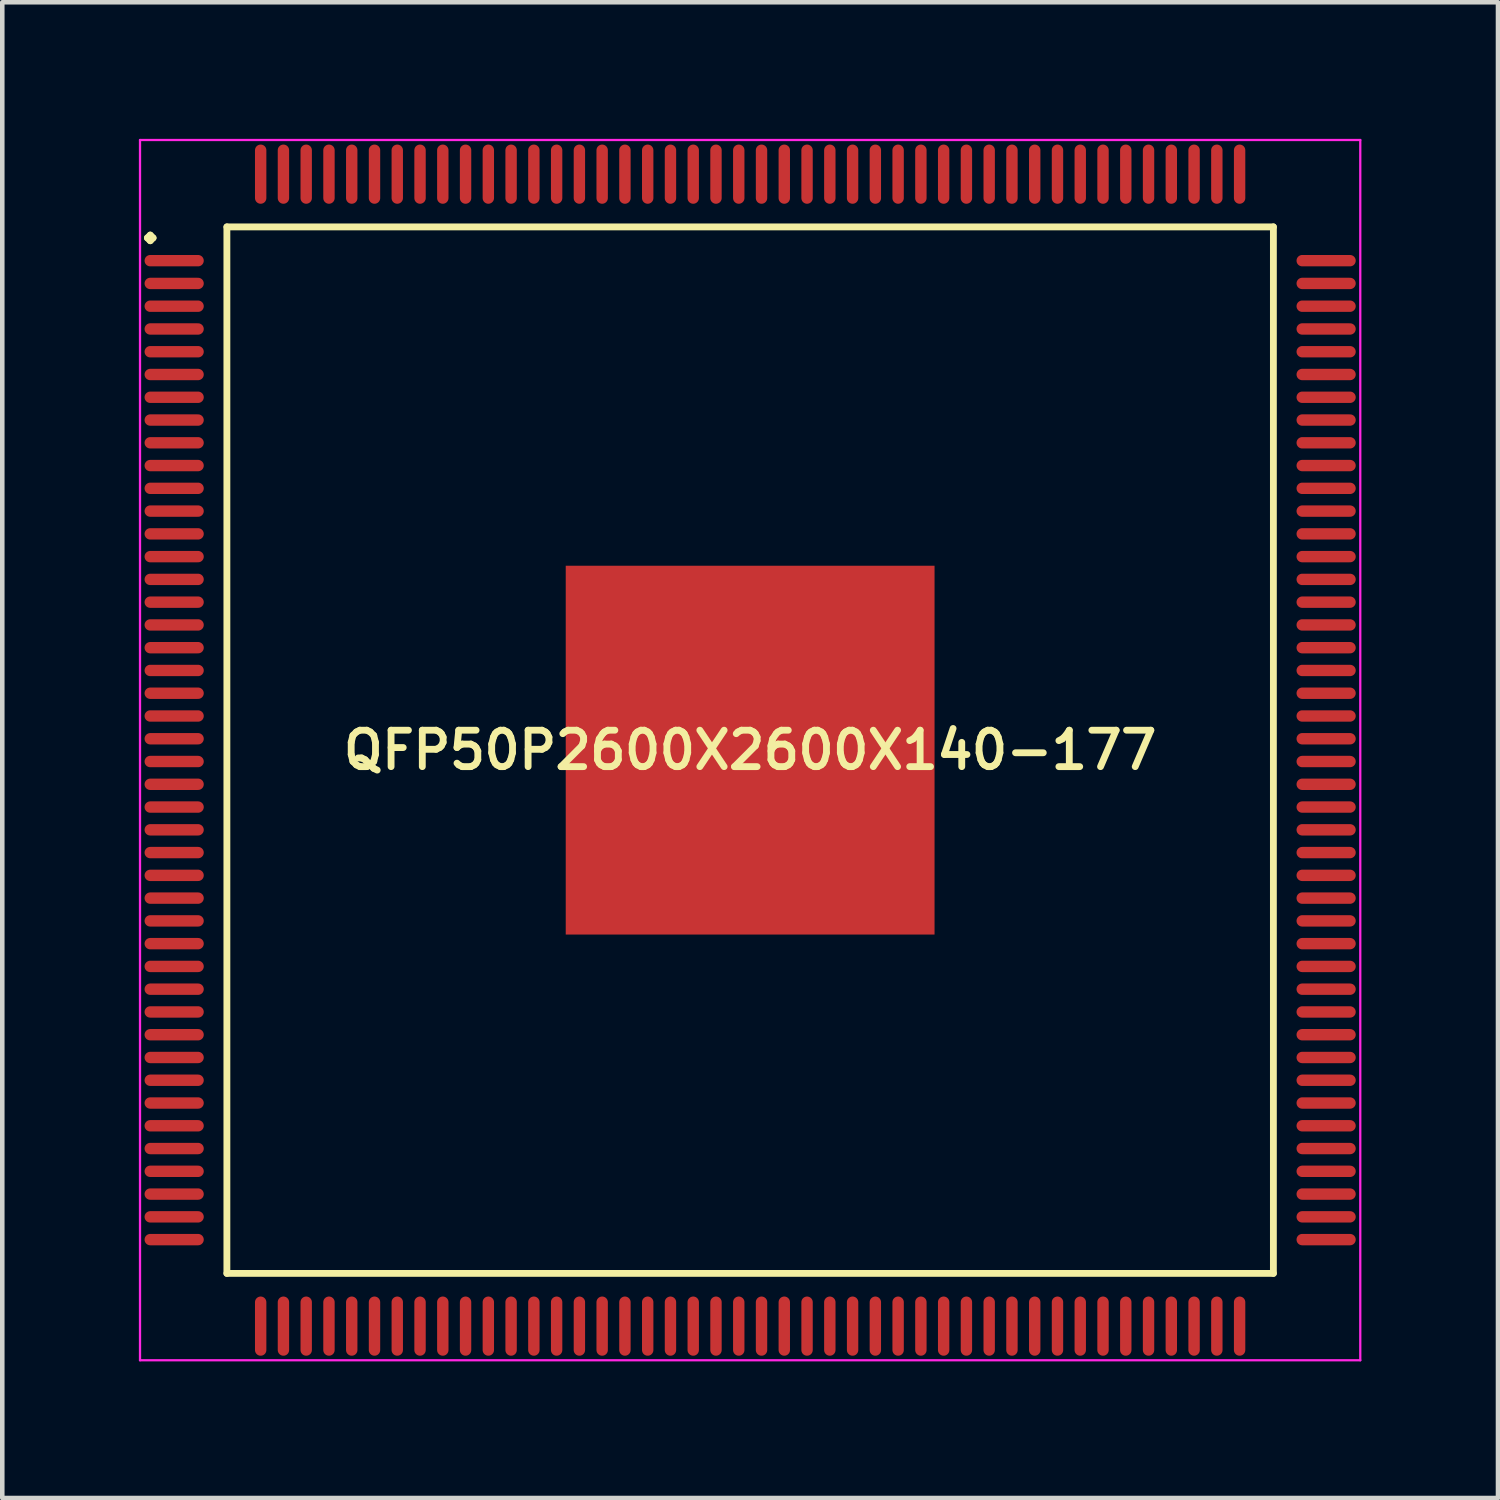
<source format=kicad_pcb>
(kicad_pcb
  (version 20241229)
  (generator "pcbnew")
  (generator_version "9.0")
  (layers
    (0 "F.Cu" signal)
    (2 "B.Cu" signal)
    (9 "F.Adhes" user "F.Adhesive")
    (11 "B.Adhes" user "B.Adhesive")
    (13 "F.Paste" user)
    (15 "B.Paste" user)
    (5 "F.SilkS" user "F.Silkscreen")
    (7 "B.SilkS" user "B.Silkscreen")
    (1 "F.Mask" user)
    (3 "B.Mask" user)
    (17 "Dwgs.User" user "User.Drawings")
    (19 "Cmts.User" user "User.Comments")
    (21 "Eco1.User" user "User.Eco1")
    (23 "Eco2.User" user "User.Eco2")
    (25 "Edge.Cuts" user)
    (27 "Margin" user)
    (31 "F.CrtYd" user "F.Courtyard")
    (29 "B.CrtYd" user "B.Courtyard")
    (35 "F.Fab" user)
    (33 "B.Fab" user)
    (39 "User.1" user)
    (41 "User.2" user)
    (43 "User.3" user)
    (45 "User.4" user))
  (footprint "QFP50P2600X2600X140-177"
    (layer "F.Cu")
    (at 13.425 13.425)
    (property "Reference" "QFP50P2600X2600X140-177" (at 0 0 0) (layer "F.SilkS") (effects (font (size 0.8 0.8) (thickness 0.15))))
    (attr smd)
    (fp_line (start -13.238 -11.25) (end -13.175 -11.312) (stroke (width 0.15) (type solid)) (layer "F.SilkS"))
    (fp_line (start -13.175 -11.312) (end -13.113 -11.25) (stroke (width 0.15) (type solid)) (layer "F.SilkS"))
    (fp_line (start -13.175 -11.188) (end -13.238 -11.25) (stroke (width 0.15) (type solid)) (layer "F.SilkS"))
    (fp_line (start -13.113 -11.25) (end -13.175 -11.188) (stroke (width 0.15) (type solid)) (layer "F.SilkS"))
    (fp_line (start -11.492 -11.492) (end -11.492 11.492) (stroke (width 0.15) (type solid)) (layer "F.SilkS"))
    (fp_line (start -11.492 11.492) (end 11.492 11.492) (stroke (width 0.15) (type solid)) (layer "F.SilkS"))
    (fp_line (start 11.492 -11.492) (end -11.492 -11.492) (stroke (width 0.15) (type solid)) (layer "F.SilkS"))
    (fp_line (start 11.492 11.492) (end 11.492 -11.492) (stroke (width 0.15) (type solid)) (layer "F.SilkS"))
    (fp_line (start -13.4 -13.4) (end 13.4 -13.4) (stroke (width 0.05) (type solid)) (layer "F.CrtYd"))
    (fp_line (start -13.4 13.4) (end -13.4 -13.4) (stroke (width 0.05) (type solid)) (layer "F.CrtYd"))
    (fp_line (start 13.4 -13.4) (end 13.4 13.4) (stroke (width 0.05) (type solid)) (layer "F.CrtYd"))
    (fp_line (start 13.4 13.4) (end -13.4 13.4) (stroke (width 0.05) (type solid)) (layer "F.CrtYd"))
    (pad "1" smd oval (at -12.65 -10.75) (size 1.3 0.25) (layers "F.Cu" "F.Mask" "F.Paste"))
    (pad "2" smd oval (at -12.65 -10.25) (size 1.3 0.25) (layers "F.Cu" "F.Mask" "F.Paste"))
    (pad "3" smd oval (at -12.65 -9.75) (size 1.3 0.25) (layers "F.Cu" "F.Mask" "F.Paste"))
    (pad "4" smd oval (at -12.65 -9.25) (size 1.3 0.25) (layers "F.Cu" "F.Mask" "F.Paste"))
    (pad "5" smd oval (at -12.65 -8.75) (size 1.3 0.25) (layers "F.Cu" "F.Mask" "F.Paste"))
    (pad "6" smd oval (at -12.65 -8.25) (size 1.3 0.25) (layers "F.Cu" "F.Mask" "F.Paste"))
    (pad "7" smd oval (at -12.65 -7.75) (size 1.3 0.25) (layers "F.Cu" "F.Mask" "F.Paste"))
    (pad "8" smd oval (at -12.65 -7.25) (size 1.3 0.25) (layers "F.Cu" "F.Mask" "F.Paste"))
    (pad "9" smd oval (at -12.65 -6.75) (size 1.3 0.25) (layers "F.Cu" "F.Mask" "F.Paste"))
    (pad "10" smd oval (at -12.65 -6.25) (size 1.3 0.25) (layers "F.Cu" "F.Mask" "F.Paste"))
    (pad "11" smd oval (at -12.65 -5.75) (size 1.3 0.25) (layers "F.Cu" "F.Mask" "F.Paste"))
    (pad "12" smd oval (at -12.65 -5.25) (size 1.3 0.25) (layers "F.Cu" "F.Mask" "F.Paste"))
    (pad "13" smd oval (at -12.65 -4.75) (size 1.3 0.25) (layers "F.Cu" "F.Mask" "F.Paste"))
    (pad "14" smd oval (at -12.65 -4.25) (size 1.3 0.25) (layers "F.Cu" "F.Mask" "F.Paste"))
    (pad "15" smd oval (at -12.65 -3.75) (size 1.3 0.25) (layers "F.Cu" "F.Mask" "F.Paste"))
    (pad "16" smd oval (at -12.65 -3.25) (size 1.3 0.25) (layers "F.Cu" "F.Mask" "F.Paste"))
    (pad "17" smd oval (at -12.65 -2.75) (size 1.3 0.25) (layers "F.Cu" "F.Mask" "F.Paste"))
    (pad "18" smd oval (at -12.65 -2.25) (size 1.3 0.25) (layers "F.Cu" "F.Mask" "F.Paste"))
    (pad "19" smd oval (at -12.65 -1.75) (size 1.3 0.25) (layers "F.Cu" "F.Mask" "F.Paste"))
    (pad "20" smd oval (at -12.65 -1.25) (size 1.3 0.25) (layers "F.Cu" "F.Mask" "F.Paste"))
    (pad "21" smd oval (at -12.65 -0.75) (size 1.3 0.25) (layers "F.Cu" "F.Mask" "F.Paste"))
    (pad "22" smd oval (at -12.65 -0.25) (size 1.3 0.25) (layers "F.Cu" "F.Mask" "F.Paste"))
    (pad "23" smd oval (at -12.65 0.25) (size 1.3 0.25) (layers "F.Cu" "F.Mask" "F.Paste"))
    (pad "24" smd oval (at -12.65 0.75) (size 1.3 0.25) (layers "F.Cu" "F.Mask" "F.Paste"))
    (pad "25" smd oval (at -12.65 1.25) (size 1.3 0.25) (layers "F.Cu" "F.Mask" "F.Paste"))
    (pad "26" smd oval (at -12.65 1.75) (size 1.3 0.25) (layers "F.Cu" "F.Mask" "F.Paste"))
    (pad "27" smd oval (at -12.65 2.25) (size 1.3 0.25) (layers "F.Cu" "F.Mask" "F.Paste"))
    (pad "28" smd oval (at -12.65 2.75) (size 1.3 0.25) (layers "F.Cu" "F.Mask" "F.Paste"))
    (pad "29" smd oval (at -12.65 3.25) (size 1.3 0.25) (layers "F.Cu" "F.Mask" "F.Paste"))
    (pad "30" smd oval (at -12.65 3.75) (size 1.3 0.25) (layers "F.Cu" "F.Mask" "F.Paste"))
    (pad "31" smd oval (at -12.65 4.25) (size 1.3 0.25) (layers "F.Cu" "F.Mask" "F.Paste"))
    (pad "32" smd oval (at -12.65 4.75) (size 1.3 0.25) (layers "F.Cu" "F.Mask" "F.Paste"))
    (pad "33" smd oval (at -12.65 5.25) (size 1.3 0.25) (layers "F.Cu" "F.Mask" "F.Paste"))
    (pad "34" smd oval (at -12.65 5.75) (size 1.3 0.25) (layers "F.Cu" "F.Mask" "F.Paste"))
    (pad "35" smd oval (at -12.65 6.25) (size 1.3 0.25) (layers "F.Cu" "F.Mask" "F.Paste"))
    (pad "36" smd oval (at -12.65 6.75) (size 1.3 0.25) (layers "F.Cu" "F.Mask" "F.Paste"))
    (pad "37" smd oval (at -12.65 7.25) (size 1.3 0.25) (layers "F.Cu" "F.Mask" "F.Paste"))
    (pad "38" smd oval (at -12.65 7.75) (size 1.3 0.25) (layers "F.Cu" "F.Mask" "F.Paste"))
    (pad "39" smd oval (at -12.65 8.25) (size 1.3 0.25) (layers "F.Cu" "F.Mask" "F.Paste"))
    (pad "40" smd oval (at -12.65 8.75) (size 1.3 0.25) (layers "F.Cu" "F.Mask" "F.Paste"))
    (pad "41" smd oval (at -12.65 9.25) (size 1.3 0.25) (layers "F.Cu" "F.Mask" "F.Paste"))
    (pad "42" smd oval (at -12.65 9.75) (size 1.3 0.25) (layers "F.Cu" "F.Mask" "F.Paste"))
    (pad "43" smd oval (at -12.65 10.25) (size 1.3 0.25) (layers "F.Cu" "F.Mask" "F.Paste"))
    (pad "44" smd oval (at -12.65 10.75) (size 1.3 0.25) (layers "F.Cu" "F.Mask" "F.Paste"))
    (pad "45" smd oval (at -10.75 12.65) (size 0.25 1.3) (layers "F.Cu" "F.Mask" "F.Paste"))
    (pad "46" smd oval (at -10.25 12.65) (size 0.25 1.3) (layers "F.Cu" "F.Mask" "F.Paste"))
    (pad "47" smd oval (at -9.75 12.65) (size 0.25 1.3) (layers "F.Cu" "F.Mask" "F.Paste"))
    (pad "48" smd oval (at -9.25 12.65) (size 0.25 1.3) (layers "F.Cu" "F.Mask" "F.Paste"))
    (pad "49" smd oval (at -8.75 12.65) (size 0.25 1.3) (layers "F.Cu" "F.Mask" "F.Paste"))
    (pad "50" smd oval (at -8.25 12.65) (size 0.25 1.3) (layers "F.Cu" "F.Mask" "F.Paste"))
    (pad "51" smd oval (at -7.75 12.65) (size 0.25 1.3) (layers "F.Cu" "F.Mask" "F.Paste"))
    (pad "52" smd oval (at -7.25 12.65) (size 0.25 1.3) (layers "F.Cu" "F.Mask" "F.Paste"))
    (pad "53" smd oval (at -6.75 12.65) (size 0.25 1.3) (layers "F.Cu" "F.Mask" "F.Paste"))
    (pad "54" smd oval (at -6.25 12.65) (size 0.25 1.3) (layers "F.Cu" "F.Mask" "F.Paste"))
    (pad "55" smd oval (at -5.75 12.65) (size 0.25 1.3) (layers "F.Cu" "F.Mask" "F.Paste"))
    (pad "56" smd oval (at -5.25 12.65) (size 0.25 1.3) (layers "F.Cu" "F.Mask" "F.Paste"))
    (pad "57" smd oval (at -4.75 12.65) (size 0.25 1.3) (layers "F.Cu" "F.Mask" "F.Paste"))
    (pad "58" smd oval (at -4.25 12.65) (size 0.25 1.3) (layers "F.Cu" "F.Mask" "F.Paste"))
    (pad "59" smd oval (at -3.75 12.65) (size 0.25 1.3) (layers "F.Cu" "F.Mask" "F.Paste"))
    (pad "60" smd oval (at -3.25 12.65) (size 0.25 1.3) (layers "F.Cu" "F.Mask" "F.Paste"))
    (pad "61" smd oval (at -2.75 12.65) (size 0.25 1.3) (layers "F.Cu" "F.Mask" "F.Paste"))
    (pad "62" smd oval (at -2.25 12.65) (size 0.25 1.3) (layers "F.Cu" "F.Mask" "F.Paste"))
    (pad "63" smd oval (at -1.75 12.65) (size 0.25 1.3) (layers "F.Cu" "F.Mask" "F.Paste"))
    (pad "64" smd oval (at -1.25 12.65) (size 0.25 1.3) (layers "F.Cu" "F.Mask" "F.Paste"))
    (pad "65" smd oval (at -0.75 12.65) (size 0.25 1.3) (layers "F.Cu" "F.Mask" "F.Paste"))
    (pad "66" smd oval (at -0.25 12.65) (size 0.25 1.3) (layers "F.Cu" "F.Mask" "F.Paste"))
    (pad "67" smd oval (at 0.25 12.65) (size 0.25 1.3) (layers "F.Cu" "F.Mask" "F.Paste"))
    (pad "68" smd oval (at 0.75 12.65) (size 0.25 1.3) (layers "F.Cu" "F.Mask" "F.Paste"))
    (pad "69" smd oval (at 1.25 12.65) (size 0.25 1.3) (layers "F.Cu" "F.Mask" "F.Paste"))
    (pad "70" smd oval (at 1.75 12.65) (size 0.25 1.3) (layers "F.Cu" "F.Mask" "F.Paste"))
    (pad "71" smd oval (at 2.25 12.65) (size 0.25 1.3) (layers "F.Cu" "F.Mask" "F.Paste"))
    (pad "72" smd oval (at 2.75 12.65) (size 0.25 1.3) (layers "F.Cu" "F.Mask" "F.Paste"))
    (pad "73" smd oval (at 3.25 12.65) (size 0.25 1.3) (layers "F.Cu" "F.Mask" "F.Paste"))
    (pad "74" smd oval (at 3.75 12.65) (size 0.25 1.3) (layers "F.Cu" "F.Mask" "F.Paste"))
    (pad "75" smd oval (at 4.25 12.65) (size 0.25 1.3) (layers "F.Cu" "F.Mask" "F.Paste"))
    (pad "76" smd oval (at 4.75 12.65) (size 0.25 1.3) (layers "F.Cu" "F.Mask" "F.Paste"))
    (pad "77" smd oval (at 5.25 12.65) (size 0.25 1.3) (layers "F.Cu" "F.Mask" "F.Paste"))
    (pad "78" smd oval (at 5.75 12.65) (size 0.25 1.3) (layers "F.Cu" "F.Mask" "F.Paste"))
    (pad "79" smd oval (at 6.25 12.65) (size 0.25 1.3) (layers "F.Cu" "F.Mask" "F.Paste"))
    (pad "80" smd oval (at 6.75 12.65) (size 0.25 1.3) (layers "F.Cu" "F.Mask" "F.Paste"))
    (pad "81" smd oval (at 7.25 12.65) (size 0.25 1.3) (layers "F.Cu" "F.Mask" "F.Paste"))
    (pad "82" smd oval (at 7.75 12.65) (size 0.25 1.3) (layers "F.Cu" "F.Mask" "F.Paste"))
    (pad "83" smd oval (at 8.25 12.65) (size 0.25 1.3) (layers "F.Cu" "F.Mask" "F.Paste"))
    (pad "84" smd oval (at 8.75 12.65) (size 0.25 1.3) (layers "F.Cu" "F.Mask" "F.Paste"))
    (pad "85" smd oval (at 9.25 12.65) (size 0.25 1.3) (layers "F.Cu" "F.Mask" "F.Paste"))
    (pad "86" smd oval (at 9.75 12.65) (size 0.25 1.3) (layers "F.Cu" "F.Mask" "F.Paste"))
    (pad "87" smd oval (at 10.25 12.65) (size 0.25 1.3) (layers "F.Cu" "F.Mask" "F.Paste"))
    (pad "88" smd oval (at 10.75 12.65) (size 0.25 1.3) (layers "F.Cu" "F.Mask" "F.Paste"))
    (pad "89" smd oval (at 12.65 10.75) (size 1.3 0.25) (layers "F.Cu" "F.Mask" "F.Paste"))
    (pad "90" smd oval (at 12.65 10.25) (size 1.3 0.25) (layers "F.Cu" "F.Mask" "F.Paste"))
    (pad "91" smd oval (at 12.65 9.75) (size 1.3 0.25) (layers "F.Cu" "F.Mask" "F.Paste"))
    (pad "92" smd oval (at 12.65 9.25) (size 1.3 0.25) (layers "F.Cu" "F.Mask" "F.Paste"))
    (pad "93" smd oval (at 12.65 8.75) (size 1.3 0.25) (layers "F.Cu" "F.Mask" "F.Paste"))
    (pad "94" smd oval (at 12.65 8.25) (size 1.3 0.25) (layers "F.Cu" "F.Mask" "F.Paste"))
    (pad "95" smd oval (at 12.65 7.75) (size 1.3 0.25) (layers "F.Cu" "F.Mask" "F.Paste"))
    (pad "96" smd oval (at 12.65 7.25) (size 1.3 0.25) (layers "F.Cu" "F.Mask" "F.Paste"))
    (pad "97" smd oval (at 12.65 6.75) (size 1.3 0.25) (layers "F.Cu" "F.Mask" "F.Paste"))
    (pad "98" smd oval (at 12.65 6.25) (size 1.3 0.25) (layers "F.Cu" "F.Mask" "F.Paste"))
    (pad "99" smd oval (at 12.65 5.75) (size 1.3 0.25) (layers "F.Cu" "F.Mask" "F.Paste"))
    (pad "100" smd oval (at 12.65 5.25) (size 1.3 0.25) (layers "F.Cu" "F.Mask" "F.Paste"))
    (pad "101" smd oval (at 12.65 4.75) (size 1.3 0.25) (layers "F.Cu" "F.Mask" "F.Paste"))
    (pad "102" smd oval (at 12.65 4.25) (size 1.3 0.25) (layers "F.Cu" "F.Mask" "F.Paste"))
    (pad "103" smd oval (at 12.65 3.75) (size 1.3 0.25) (layers "F.Cu" "F.Mask" "F.Paste"))
    (pad "104" smd oval (at 12.65 3.25) (size 1.3 0.25) (layers "F.Cu" "F.Mask" "F.Paste"))
    (pad "105" smd oval (at 12.65 2.75) (size 1.3 0.25) (layers "F.Cu" "F.Mask" "F.Paste"))
    (pad "106" smd oval (at 12.65 2.25) (size 1.3 0.25) (layers "F.Cu" "F.Mask" "F.Paste"))
    (pad "107" smd oval (at 12.65 1.75) (size 1.3 0.25) (layers "F.Cu" "F.Mask" "F.Paste"))
    (pad "108" smd oval (at 12.65 1.25) (size 1.3 0.25) (layers "F.Cu" "F.Mask" "F.Paste"))
    (pad "109" smd oval (at 12.65 0.75) (size 1.3 0.25) (layers "F.Cu" "F.Mask" "F.Paste"))
    (pad "110" smd oval (at 12.65 0.25) (size 1.3 0.25) (layers "F.Cu" "F.Mask" "F.Paste"))
    (pad "111" smd oval (at 12.65 -0.25) (size 1.3 0.25) (layers "F.Cu" "F.Mask" "F.Paste"))
    (pad "112" smd oval (at 12.65 -0.75) (size 1.3 0.25) (layers "F.Cu" "F.Mask" "F.Paste"))
    (pad "113" smd oval (at 12.65 -1.25) (size 1.3 0.25) (layers "F.Cu" "F.Mask" "F.Paste"))
    (pad "114" smd oval (at 12.65 -1.75) (size 1.3 0.25) (layers "F.Cu" "F.Mask" "F.Paste"))
    (pad "115" smd oval (at 12.65 -2.25) (size 1.3 0.25) (layers "F.Cu" "F.Mask" "F.Paste"))
    (pad "116" smd oval (at 12.65 -2.75) (size 1.3 0.25) (layers "F.Cu" "F.Mask" "F.Paste"))
    (pad "117" smd oval (at 12.65 -3.25) (size 1.3 0.25) (layers "F.Cu" "F.Mask" "F.Paste"))
    (pad "118" smd oval (at 12.65 -3.75) (size 1.3 0.25) (layers "F.Cu" "F.Mask" "F.Paste"))
    (pad "119" smd oval (at 12.65 -4.25) (size 1.3 0.25) (layers "F.Cu" "F.Mask" "F.Paste"))
    (pad "120" smd oval (at 12.65 -4.75) (size 1.3 0.25) (layers "F.Cu" "F.Mask" "F.Paste"))
    (pad "121" smd oval (at 12.65 -5.25) (size 1.3 0.25) (layers "F.Cu" "F.Mask" "F.Paste"))
    (pad "122" smd oval (at 12.65 -5.75) (size 1.3 0.25) (layers "F.Cu" "F.Mask" "F.Paste"))
    (pad "123" smd oval (at 12.65 -6.25) (size 1.3 0.25) (layers "F.Cu" "F.Mask" "F.Paste"))
    (pad "124" smd oval (at 12.65 -6.75) (size 1.3 0.25) (layers "F.Cu" "F.Mask" "F.Paste"))
    (pad "125" smd oval (at 12.65 -7.25) (size 1.3 0.25) (layers "F.Cu" "F.Mask" "F.Paste"))
    (pad "126" smd oval (at 12.65 -7.75) (size 1.3 0.25) (layers "F.Cu" "F.Mask" "F.Paste"))
    (pad "127" smd oval (at 12.65 -8.25) (size 1.3 0.25) (layers "F.Cu" "F.Mask" "F.Paste"))
    (pad "128" smd oval (at 12.65 -8.75) (size 1.3 0.25) (layers "F.Cu" "F.Mask" "F.Paste"))
    (pad "129" smd oval (at 12.65 -9.25) (size 1.3 0.25) (layers "F.Cu" "F.Mask" "F.Paste"))
    (pad "130" smd oval (at 12.65 -9.75) (size 1.3 0.25) (layers "F.Cu" "F.Mask" "F.Paste"))
    (pad "131" smd oval (at 12.65 -10.25) (size 1.3 0.25) (layers "F.Cu" "F.Mask" "F.Paste"))
    (pad "132" smd oval (at 12.65 -10.75) (size 1.3 0.25) (layers "F.Cu" "F.Mask" "F.Paste"))
    (pad "133" smd oval (at 10.75 -12.65) (size 0.25 1.3) (layers "F.Cu" "F.Mask" "F.Paste"))
    (pad "134" smd oval (at 10.25 -12.65) (size 0.25 1.3) (layers "F.Cu" "F.Mask" "F.Paste"))
    (pad "135" smd oval (at 9.75 -12.65) (size 0.25 1.3) (layers "F.Cu" "F.Mask" "F.Paste"))
    (pad "136" smd oval (at 9.25 -12.65) (size 0.25 1.3) (layers "F.Cu" "F.Mask" "F.Paste"))
    (pad "137" smd oval (at 8.75 -12.65) (size 0.25 1.3) (layers "F.Cu" "F.Mask" "F.Paste"))
    (pad "138" smd oval (at 8.25 -12.65) (size 0.25 1.3) (layers "F.Cu" "F.Mask" "F.Paste"))
    (pad "139" smd oval (at 7.75 -12.65) (size 0.25 1.3) (layers "F.Cu" "F.Mask" "F.Paste"))
    (pad "140" smd oval (at 7.25 -12.65) (size 0.25 1.3) (layers "F.Cu" "F.Mask" "F.Paste"))
    (pad "141" smd oval (at 6.75 -12.65) (size 0.25 1.3) (layers "F.Cu" "F.Mask" "F.Paste"))
    (pad "142" smd oval (at 6.25 -12.65) (size 0.25 1.3) (layers "F.Cu" "F.Mask" "F.Paste"))
    (pad "143" smd oval (at 5.75 -12.65) (size 0.25 1.3) (layers "F.Cu" "F.Mask" "F.Paste"))
    (pad "144" smd oval (at 5.25 -12.65) (size 0.25 1.3) (layers "F.Cu" "F.Mask" "F.Paste"))
    (pad "145" smd oval (at 4.75 -12.65) (size 0.25 1.3) (layers "F.Cu" "F.Mask" "F.Paste"))
    (pad "146" smd oval (at 4.25 -12.65) (size 0.25 1.3) (layers "F.Cu" "F.Mask" "F.Paste"))
    (pad "147" smd oval (at 3.75 -12.65) (size 0.25 1.3) (layers "F.Cu" "F.Mask" "F.Paste"))
    (pad "148" smd oval (at 3.25 -12.65) (size 0.25 1.3) (layers "F.Cu" "F.Mask" "F.Paste"))
    (pad "149" smd oval (at 2.75 -12.65) (size 0.25 1.3) (layers "F.Cu" "F.Mask" "F.Paste"))
    (pad "150" smd oval (at 2.25 -12.65) (size 0.25 1.3) (layers "F.Cu" "F.Mask" "F.Paste"))
    (pad "151" smd oval (at 1.75 -12.65) (size 0.25 1.3) (layers "F.Cu" "F.Mask" "F.Paste"))
    (pad "152" smd oval (at 1.25 -12.65) (size 0.25 1.3) (layers "F.Cu" "F.Mask" "F.Paste"))
    (pad "153" smd oval (at 0.75 -12.65) (size 0.25 1.3) (layers "F.Cu" "F.Mask" "F.Paste"))
    (pad "154" smd oval (at 0.25 -12.65) (size 0.25 1.3) (layers "F.Cu" "F.Mask" "F.Paste"))
    (pad "155" smd oval (at -0.25 -12.65) (size 0.25 1.3) (layers "F.Cu" "F.Mask" "F.Paste"))
    (pad "156" smd oval (at -0.75 -12.65) (size 0.25 1.3) (layers "F.Cu" "F.Mask" "F.Paste"))
    (pad "157" smd oval (at -1.25 -12.65) (size 0.25 1.3) (layers "F.Cu" "F.Mask" "F.Paste"))
    (pad "158" smd oval (at -1.75 -12.65) (size 0.25 1.3) (layers "F.Cu" "F.Mask" "F.Paste"))
    (pad "159" smd oval (at -2.25 -12.65) (size 0.25 1.3) (layers "F.Cu" "F.Mask" "F.Paste"))
    (pad "160" smd oval (at -2.75 -12.65) (size 0.25 1.3) (layers "F.Cu" "F.Mask" "F.Paste"))
    (pad "161" smd oval (at -3.25 -12.65) (size 0.25 1.3) (layers "F.Cu" "F.Mask" "F.Paste"))
    (pad "162" smd oval (at -3.75 -12.65) (size 0.25 1.3) (layers "F.Cu" "F.Mask" "F.Paste"))
    (pad "163" smd oval (at -4.25 -12.65) (size 0.25 1.3) (layers "F.Cu" "F.Mask" "F.Paste"))
    (pad "164" smd oval (at -4.75 -12.65) (size 0.25 1.3) (layers "F.Cu" "F.Mask" "F.Paste"))
    (pad "165" smd oval (at -5.25 -12.65) (size 0.25 1.3) (layers "F.Cu" "F.Mask" "F.Paste"))
    (pad "166" smd oval (at -5.75 -12.65) (size 0.25 1.3) (layers "F.Cu" "F.Mask" "F.Paste"))
    (pad "167" smd oval (at -6.25 -12.65) (size 0.25 1.3) (layers "F.Cu" "F.Mask" "F.Paste"))
    (pad "168" smd oval (at -6.75 -12.65) (size 0.25 1.3) (layers "F.Cu" "F.Mask" "F.Paste"))
    (pad "169" smd oval (at -7.25 -12.65) (size 0.25 1.3) (layers "F.Cu" "F.Mask" "F.Paste"))
    (pad "170" smd oval (at -7.75 -12.65) (size 0.25 1.3) (layers "F.Cu" "F.Mask" "F.Paste"))
    (pad "171" smd oval (at -8.25 -12.65) (size 0.25 1.3) (layers "F.Cu" "F.Mask" "F.Paste"))
    (pad "172" smd oval (at -8.75 -12.65) (size 0.25 1.3) (layers "F.Cu" "F.Mask" "F.Paste"))
    (pad "173" smd oval (at -9.25 -12.65) (size 0.25 1.3) (layers "F.Cu" "F.Mask" "F.Paste"))
    (pad "174" smd oval (at -9.75 -12.65) (size 0.25 1.3) (layers "F.Cu" "F.Mask" "F.Paste"))
    (pad "175" smd oval (at -10.25 -12.65) (size 0.25 1.3) (layers "F.Cu" "F.Mask" "F.Paste"))
    (pad "176" smd oval (at -10.75 -12.65) (size 0.25 1.3) (layers "F.Cu" "F.Mask" "F.Paste"))
    (pad "177" smd rect (at 0 0) (size 8.1 8.1) (layers "F.Cu" "F.Mask" "F.Paste")))
  (gr_rect
    (start -3 -3)
    (end 29.85 29.85)
    (stroke (width 0.1) (type default))
    (fill no)
    (layer "Edge.Cuts")))
</source>
